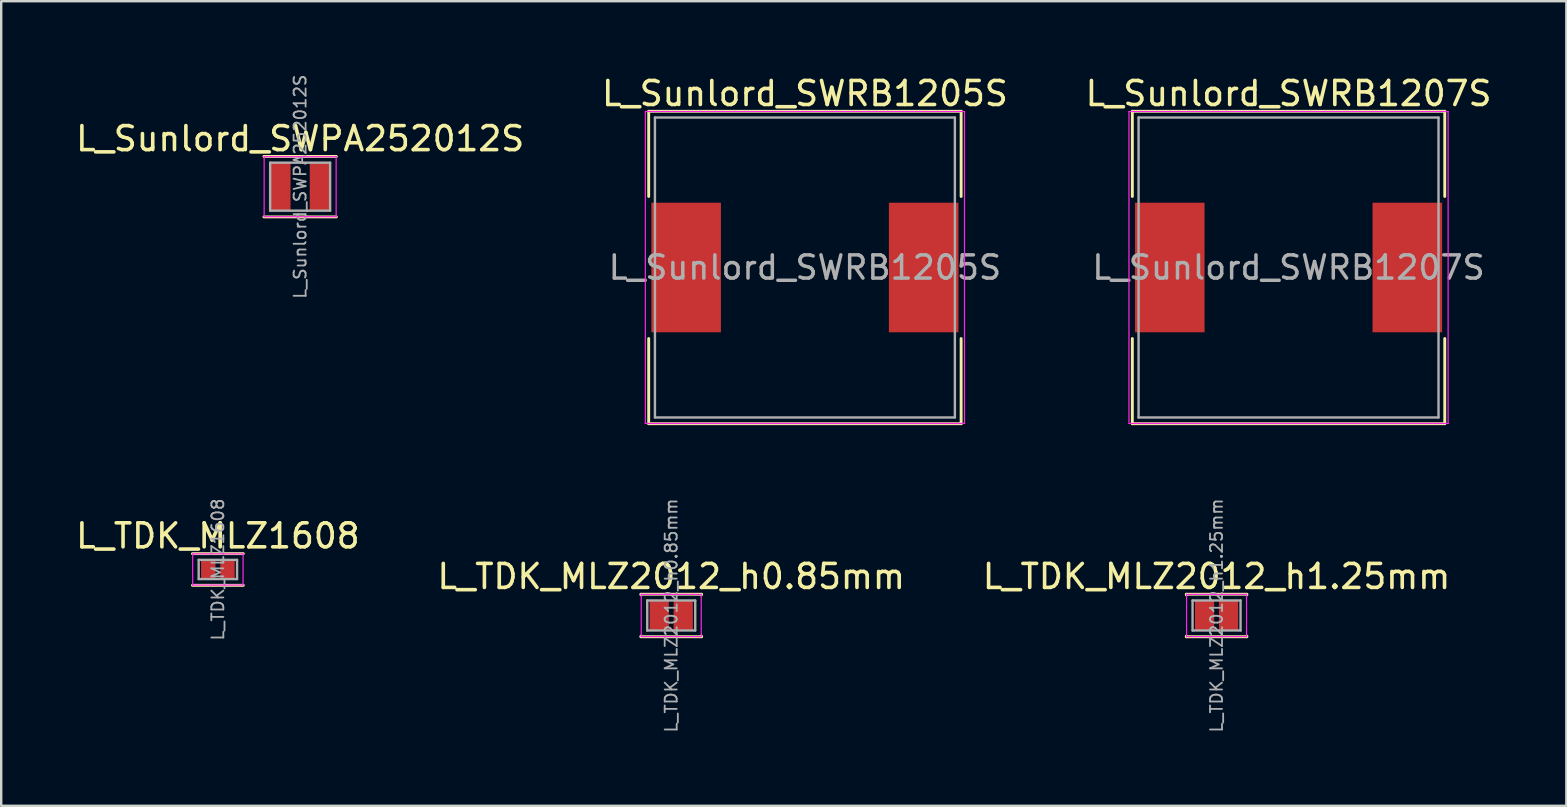
<source format=kicad_pcb>
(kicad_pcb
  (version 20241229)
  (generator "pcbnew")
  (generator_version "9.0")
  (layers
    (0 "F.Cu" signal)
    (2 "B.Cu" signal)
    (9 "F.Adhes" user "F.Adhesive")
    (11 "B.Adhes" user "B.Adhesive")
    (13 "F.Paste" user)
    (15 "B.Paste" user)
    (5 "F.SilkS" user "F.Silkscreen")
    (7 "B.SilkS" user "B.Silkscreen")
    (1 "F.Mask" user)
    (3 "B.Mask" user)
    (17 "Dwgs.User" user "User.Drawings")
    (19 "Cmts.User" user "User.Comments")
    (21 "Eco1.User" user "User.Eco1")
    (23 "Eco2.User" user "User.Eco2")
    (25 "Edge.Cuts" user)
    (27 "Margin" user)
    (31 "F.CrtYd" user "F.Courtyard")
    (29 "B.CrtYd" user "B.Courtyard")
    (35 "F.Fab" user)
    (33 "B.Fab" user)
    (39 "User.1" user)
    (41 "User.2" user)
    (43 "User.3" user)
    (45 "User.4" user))
  (footprint "L_Sunlord_SWRB1207S"
    (layer "F.Cu")
    (at 50.649 8.098)
    (property "Reference" "L_Sunlord_SWRB1207S" (at 0 -7.25 0) (layer "F.SilkS") (effects (font (size 1 1) (thickness 0.15))))
    (attr smd)
    (fp_line (start -6.51 -6.51) (end -6.51 -2.96) (stroke (width 0.12) (type solid)) (layer "F.SilkS"))
    (fp_line (start -6.51 -6.51) (end 6.51 -6.51) (stroke (width 0.12) (type solid)) (layer "F.SilkS"))
    (fp_line (start -6.51 6.51) (end -6.51 2.96) (stroke (width 0.12) (type solid)) (layer "F.SilkS"))
    (fp_line (start -6.51 6.51) (end 6.51 6.51) (stroke (width 0.12) (type solid)) (layer "F.SilkS"))
    (fp_line (start 6.51 -6.51) (end 6.51 -2.96) (stroke (width 0.12) (type solid)) (layer "F.SilkS"))
    (fp_line (start 6.51 6.51) (end 6.51 2.96) (stroke (width 0.12) (type solid)) (layer "F.SilkS"))
    (fp_line (start -6.65 -6.5) (end -6.65 6.5) (stroke (width 0.05) (type solid)) (layer "F.CrtYd"))
    (fp_line (start -6.65 6.5) (end 6.65 6.5) (stroke (width 0.05) (type solid)) (layer "F.CrtYd"))
    (fp_line (start 6.65 -6.5) (end -6.65 -6.5) (stroke (width 0.05) (type solid)) (layer "F.CrtYd"))
    (fp_line (start 6.65 6.5) (end 6.65 -6.5) (stroke (width 0.05) (type solid)) (layer "F.CrtYd"))
    (fp_line (start -6.25 -6.25) (end -6.25 6.25) (stroke (width 0.1) (type solid)) (layer "F.Fab"))
    (fp_line (start -6.25 6.25) (end 6.25 6.25) (stroke (width 0.1) (type solid)) (layer "F.Fab"))
    (fp_line (start 6.25 -6.25) (end -6.25 -6.25) (stroke (width 0.1) (type solid)) (layer "F.Fab"))
    (fp_line (start 6.25 6.25) (end 6.25 -6.25) (stroke (width 0.1) (type solid)) (layer "F.Fab"))
    (fp_text user "${REFERENCE}" (at 0 0 0) (layer "F.Fab") (effects (font (size 0.967 0.967) (thickness 0.145))))
    (pad "1" smd rect (at -4.95 0) (size 2.9 5.4) (layers "F.Cu" "F.Mask" "F.Paste"))
    (pad "2" smd rect (at 4.95 0) (size 2.9 5.4) (layers "F.Cu" "F.Mask" "F.Paste")))
  (footprint "L_TDK_MLZ1608"
    (layer "F.Cu")
    (at 6.03 20.683)
    (property "Reference" "L_TDK_MLZ1608" (at 0 -1.4 0) (layer "F.SilkS") (effects (font (size 1 1) (thickness 0.15))))
    (attr smd)
    (fp_line (start -1.06 -0.66) (end 1.06 -0.66) (stroke (width 0.12) (type solid)) (layer "F.SilkS"))
    (fp_line (start -1.06 0.66) (end 1.06 0.66) (stroke (width 0.12) (type solid)) (layer "F.SilkS"))
    (fp_line (start -1.05 -0.65) (end -1.05 0.65) (stroke (width 0.05) (type solid)) (layer "F.CrtYd"))
    (fp_line (start -1.05 0.65) (end 1.05 0.65) (stroke (width 0.05) (type solid)) (layer "F.CrtYd"))
    (fp_line (start 1.05 -0.65) (end -1.05 -0.65) (stroke (width 0.05) (type solid)) (layer "F.CrtYd"))
    (fp_line (start 1.05 0.65) (end 1.05 -0.65) (stroke (width 0.05) (type solid)) (layer "F.CrtYd"))
    (fp_line (start -0.8 -0.4) (end -0.8 0.4) (stroke (width 0.1) (type solid)) (layer "F.Fab"))
    (fp_line (start -0.8 0.4) (end 0.8 0.4) (stroke (width 0.1) (type solid)) (layer "F.Fab"))
    (fp_line (start 0.8 -0.4) (end -0.8 -0.4) (stroke (width 0.1) (type solid)) (layer "F.Fab"))
    (fp_line (start 0.8 0.4) (end 0.8 -0.4) (stroke (width 0.1) (type solid)) (layer "F.Fab"))
    (fp_text user "${REFERENCE}" (at 0 0 90) (layer "F.Fab") (effects (font (size 0.5 0.5) (thickness 0.075))))
    (pad "1" smd rect (at -0.4 0) (size 0.6 0.8) (layers "F.Cu" "F.Mask" "F.Paste"))
    (pad "2" smd rect (at 0.4 0) (size 0.6 0.8) (layers "F.Cu" "F.Mask" "F.Paste")))
  (footprint "L_Sunlord_SWRB1205S"
    (layer "F.Cu")
    (at 30.494 8.098)
    (property "Reference" "L_Sunlord_SWRB1205S" (at 0 -7.25 0) (layer "F.SilkS") (effects (font (size 1 1) (thickness 0.15))))
    (attr smd)
    (fp_line (start -6.51 -6.51) (end -6.51 -2.96) (stroke (width 0.12) (type solid)) (layer "F.SilkS"))
    (fp_line (start -6.51 -6.51) (end 6.51 -6.51) (stroke (width 0.12) (type solid)) (layer "F.SilkS"))
    (fp_line (start -6.51 6.51) (end -6.51 2.96) (stroke (width 0.12) (type solid)) (layer "F.SilkS"))
    (fp_line (start -6.51 6.51) (end 6.51 6.51) (stroke (width 0.12) (type solid)) (layer "F.SilkS"))
    (fp_line (start 6.51 -6.51) (end 6.51 -2.96) (stroke (width 0.12) (type solid)) (layer "F.SilkS"))
    (fp_line (start 6.51 6.51) (end 6.51 2.96) (stroke (width 0.12) (type solid)) (layer "F.SilkS"))
    (fp_line (start -6.65 -6.5) (end -6.65 6.5) (stroke (width 0.05) (type solid)) (layer "F.CrtYd"))
    (fp_line (start -6.65 6.5) (end 6.65 6.5) (stroke (width 0.05) (type solid)) (layer "F.CrtYd"))
    (fp_line (start 6.65 -6.5) (end -6.65 -6.5) (stroke (width 0.05) (type solid)) (layer "F.CrtYd"))
    (fp_line (start 6.65 6.5) (end 6.65 -6.5) (stroke (width 0.05) (type solid)) (layer "F.CrtYd"))
    (fp_line (start -6.25 -6.25) (end -6.25 6.25) (stroke (width 0.1) (type solid)) (layer "F.Fab"))
    (fp_line (start -6.25 6.25) (end 6.25 6.25) (stroke (width 0.1) (type solid)) (layer "F.Fab"))
    (fp_line (start 6.25 -6.25) (end -6.25 -6.25) (stroke (width 0.1) (type solid)) (layer "F.Fab"))
    (fp_line (start 6.25 6.25) (end 6.25 -6.25) (stroke (width 0.1) (type solid)) (layer "F.Fab"))
    (fp_text user "${REFERENCE}" (at 0 0 0) (layer "F.Fab") (effects (font (size 0.967 0.967) (thickness 0.145))))
    (pad "1" smd rect (at -4.95 0) (size 2.9 5.4) (layers "F.Cu" "F.Mask" "F.Paste"))
    (pad "2" smd rect (at 4.95 0) (size 2.9 5.4) (layers "F.Cu" "F.Mask" "F.Paste")))
  (footprint "L_TDK_MLZ2012_h1.25mm"
    (layer "F.Cu")
    (at 47.649 22.6)
    (property "Reference" "L_TDK_MLZ2012_h1.25mm" (at 0 -1.625 0) (layer "F.SilkS") (effects (font (size 1 1) (thickness 0.15))))
    (attr smd)
    (fp_line (start -1.26 -0.885) (end -1.26 -0.86) (stroke (width 0.12) (type solid)) (layer "F.SilkS"))
    (fp_line (start -1.26 -0.885) (end 1.26 -0.885) (stroke (width 0.12) (type solid)) (layer "F.SilkS"))
    (fp_line (start -1.26 0.885) (end -1.26 0.86) (stroke (width 0.12) (type solid)) (layer "F.SilkS"))
    (fp_line (start -1.26 0.885) (end 1.26 0.885) (stroke (width 0.12) (type solid)) (layer "F.SilkS"))
    (fp_line (start 1.26 -0.885) (end 1.26 -0.86) (stroke (width 0.12) (type solid)) (layer "F.SilkS"))
    (fp_line (start 1.26 0.885) (end 1.26 0.86) (stroke (width 0.12) (type solid)) (layer "F.SilkS"))
    (fp_line (start -1.25 -0.88) (end -1.25 0.88) (stroke (width 0.05) (type solid)) (layer "F.CrtYd"))
    (fp_line (start -1.25 0.88) (end 1.25 0.88) (stroke (width 0.05) (type solid)) (layer "F.CrtYd"))
    (fp_line (start 1.25 -0.88) (end -1.25 -0.88) (stroke (width 0.05) (type solid)) (layer "F.CrtYd"))
    (fp_line (start 1.25 0.88) (end 1.25 -0.88) (stroke (width 0.05) (type solid)) (layer "F.CrtYd"))
    (fp_line (start -1 -0.625) (end -1 0.625) (stroke (width 0.1) (type solid)) (layer "F.Fab"))
    (fp_line (start -1 0.625) (end 1 0.625) (stroke (width 0.1) (type solid)) (layer "F.Fab"))
    (fp_line (start 1 -0.625) (end -1 -0.625) (stroke (width 0.1) (type solid)) (layer "F.Fab"))
    (fp_line (start 1 0.625) (end 1 -0.625) (stroke (width 0.1) (type solid)) (layer "F.Fab"))
    (fp_text user "${REFERENCE}" (at 0 0 90) (layer "F.Fab") (effects (font (size 0.5 0.5) (thickness 0.075))))
    (pad "1" smd rect (at -0.5 0) (size 0.8 1.2) (layers "F.Cu" "F.Mask" "F.Paste"))
    (pad "2" smd rect (at 0.5 0) (size 0.8 1.2) (layers "F.Cu" "F.Mask" "F.Paste")))
  (footprint "L_TDK_MLZ2012_h0.85mm"
    (layer "F.Cu")
    (at 24.923 22.6)
    (property "Reference" "L_TDK_MLZ2012_h0.85mm" (at 0 -1.625 0) (layer "F.SilkS") (effects (font (size 1 1) (thickness 0.15))))
    (attr smd)
    (fp_line (start -1.26 -0.885) (end -1.26 -0.86) (stroke (width 0.12) (type solid)) (layer "F.SilkS"))
    (fp_line (start -1.26 -0.885) (end 1.26 -0.885) (stroke (width 0.12) (type solid)) (layer "F.SilkS"))
    (fp_line (start -1.26 0.885) (end -1.26 0.86) (stroke (width 0.12) (type solid)) (layer "F.SilkS"))
    (fp_line (start -1.26 0.885) (end 1.26 0.885) (stroke (width 0.12) (type solid)) (layer "F.SilkS"))
    (fp_line (start 1.26 -0.885) (end 1.26 -0.86) (stroke (width 0.12) (type solid)) (layer "F.SilkS"))
    (fp_line (start 1.26 0.885) (end 1.26 0.86) (stroke (width 0.12) (type solid)) (layer "F.SilkS"))
    (fp_line (start -1.25 -0.88) (end -1.25 0.88) (stroke (width 0.05) (type solid)) (layer "F.CrtYd"))
    (fp_line (start -1.25 0.88) (end 1.25 0.88) (stroke (width 0.05) (type solid)) (layer "F.CrtYd"))
    (fp_line (start 1.25 -0.88) (end -1.25 -0.88) (stroke (width 0.05) (type solid)) (layer "F.CrtYd"))
    (fp_line (start 1.25 0.88) (end 1.25 -0.88) (stroke (width 0.05) (type solid)) (layer "F.CrtYd"))
    (fp_line (start -1 -0.625) (end -1 0.625) (stroke (width 0.1) (type solid)) (layer "F.Fab"))
    (fp_line (start -1 0.625) (end 1 0.625) (stroke (width 0.1) (type solid)) (layer "F.Fab"))
    (fp_line (start 1 -0.625) (end -1 -0.625) (stroke (width 0.1) (type solid)) (layer "F.Fab"))
    (fp_line (start 1 0.625) (end 1 -0.625) (stroke (width 0.1) (type solid)) (layer "F.Fab"))
    (fp_text user "${REFERENCE}" (at 0 0 90) (layer "F.Fab") (effects (font (size 0.5 0.5) (thickness 0.075))))
    (pad "1" smd rect (at -0.5 0) (size 0.8 1.2) (layers "F.Cu" "F.Mask" "F.Paste"))
    (pad "2" smd rect (at 0.5 0) (size 0.8 1.2) (layers "F.Cu" "F.Mask" "F.Paste")))
  (footprint "L_Sunlord_SWPA252012S"
    (layer "F.Cu")
    (at 9.458 4.729)
    (property "Reference" "L_Sunlord_SWPA252012S" (at 0 -2 0) (layer "F.SilkS") (effects (font (size 1 1) (thickness 0.15))))
    (attr smd)
    (fp_line (start -1.51 -1.26) (end 1.51 -1.26) (stroke (width 0.12) (type solid)) (layer "F.SilkS"))
    (fp_line (start -1.51 1.26) (end 1.51 1.26) (stroke (width 0.12) (type solid)) (layer "F.SilkS"))
    (fp_line (start -1.5 -1.25) (end -1.5 1.25) (stroke (width 0.05) (type solid)) (layer "F.CrtYd"))
    (fp_line (start -1.5 1.25) (end 1.5 1.25) (stroke (width 0.05) (type solid)) (layer "F.CrtYd"))
    (fp_line (start 1.5 -1.25) (end -1.5 -1.25) (stroke (width 0.05) (type solid)) (layer "F.CrtYd"))
    (fp_line (start 1.5 1.25) (end 1.5 -1.25) (stroke (width 0.05) (type solid)) (layer "F.CrtYd"))
    (fp_line (start -1.25 -1) (end -1.25 1) (stroke (width 0.1) (type solid)) (layer "F.Fab"))
    (fp_line (start -1.25 1) (end 1.25 1) (stroke (width 0.1) (type solid)) (layer "F.Fab"))
    (fp_line (start 1.25 -1) (end -1.25 -1) (stroke (width 0.1) (type solid)) (layer "F.Fab"))
    (fp_line (start 1.25 1) (end 1.25 -1) (stroke (width 0.1) (type solid)) (layer "F.Fab"))
    (fp_text user "${REFERENCE}" (at 0 0 90) (layer "F.Fab") (effects (font (size 0.5 0.5) (thickness 0.075))))
    (pad "1" smd rect (at -0.825 0) (size 0.85 2) (layers "F.Cu" "F.Mask" "F.Paste"))
    (pad "2" smd rect (at 0.825 0) (size 0.85 2) (layers "F.Cu" "F.Mask" "F.Paste")))
  (gr_rect
    (start -3 -3)
    (end 62.226 30.531)
    (stroke (width 0.1) (type default))
    (fill no)
    (layer "Edge.Cuts")))
</source>
